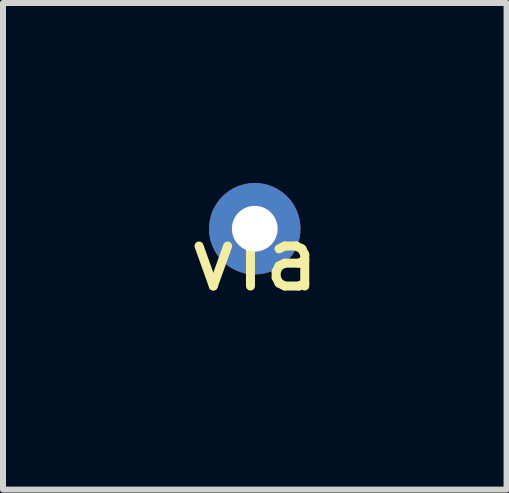
<source format=kicad_pcb>
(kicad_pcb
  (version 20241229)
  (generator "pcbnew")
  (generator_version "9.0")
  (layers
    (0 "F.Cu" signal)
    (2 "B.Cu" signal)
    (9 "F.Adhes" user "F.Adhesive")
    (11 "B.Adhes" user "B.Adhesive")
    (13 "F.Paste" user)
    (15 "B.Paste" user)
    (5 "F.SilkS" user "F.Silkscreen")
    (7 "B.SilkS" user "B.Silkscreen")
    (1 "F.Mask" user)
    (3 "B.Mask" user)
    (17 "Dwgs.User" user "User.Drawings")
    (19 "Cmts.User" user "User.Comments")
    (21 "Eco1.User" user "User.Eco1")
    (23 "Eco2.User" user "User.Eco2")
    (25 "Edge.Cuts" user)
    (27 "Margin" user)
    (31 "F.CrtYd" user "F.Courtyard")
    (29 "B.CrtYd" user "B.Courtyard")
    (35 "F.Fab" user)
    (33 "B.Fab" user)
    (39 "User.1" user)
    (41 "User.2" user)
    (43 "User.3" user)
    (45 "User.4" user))
  (footprint "via"
    (layer "F.Cu")
    (at 1.196 0.762)
    (property "Reference" "via" (at 0 0.5 0) (layer "F.SilkS") (effects (font (size 1 1) (thickness 0.15))))
    (attr through_hole)
    (pad "1" thru_hole circle (at 0 0) (size 1.524 1.524) (drill 0.762) (layers "*.Cu" "*.Mask")))
  (gr_rect
    (start -3 -3)
    (end 5.393 5.11)
    (stroke (width 0.1) (type default))
    (fill no)
    (layer "Edge.Cuts")))
</source>
